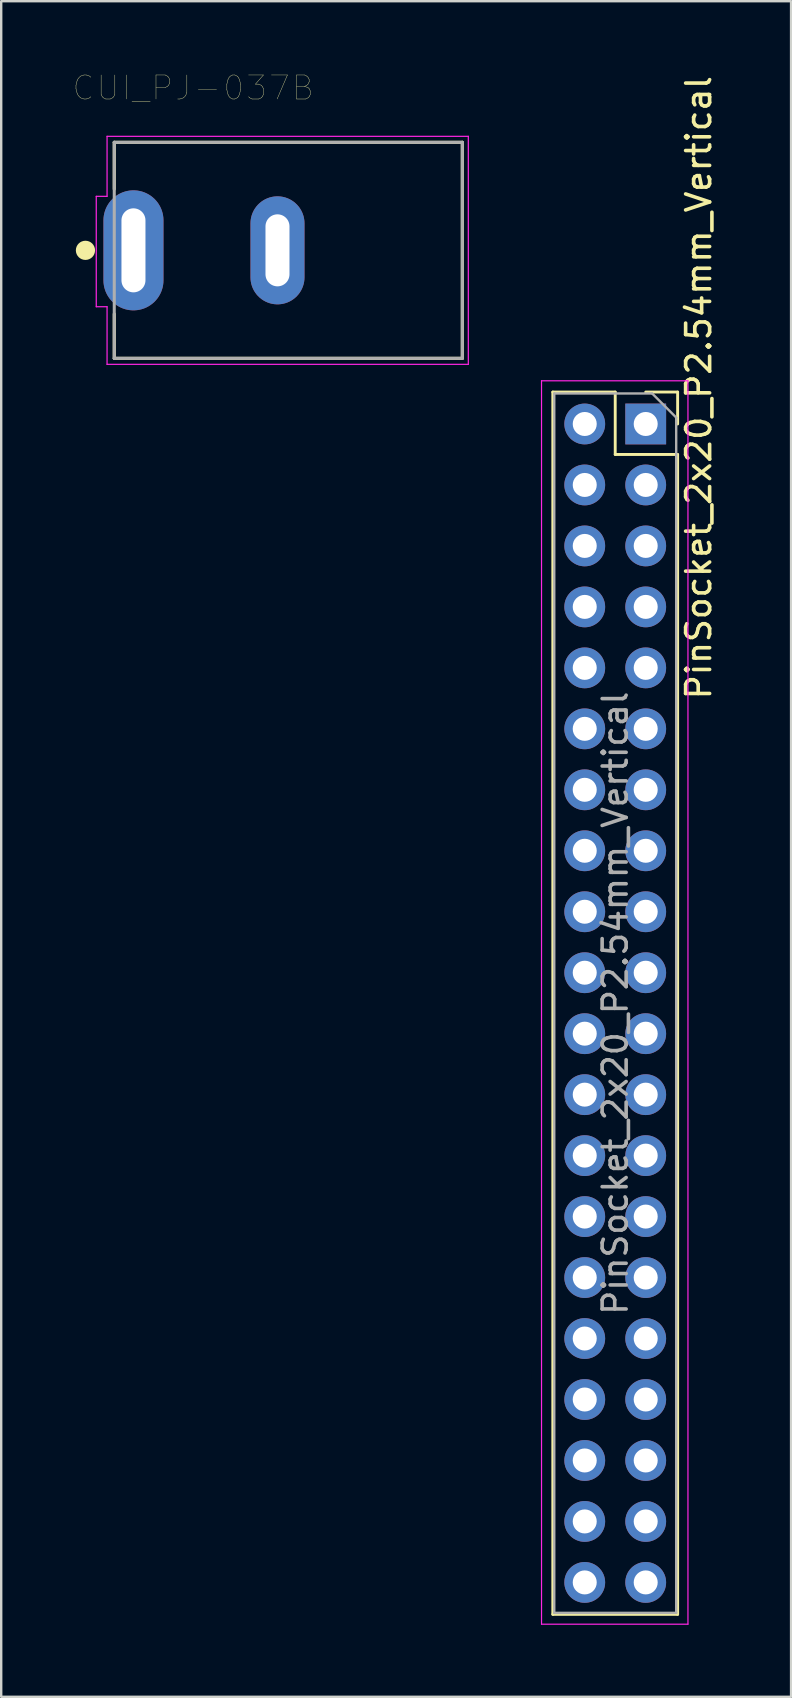
<source format=kicad_pcb>
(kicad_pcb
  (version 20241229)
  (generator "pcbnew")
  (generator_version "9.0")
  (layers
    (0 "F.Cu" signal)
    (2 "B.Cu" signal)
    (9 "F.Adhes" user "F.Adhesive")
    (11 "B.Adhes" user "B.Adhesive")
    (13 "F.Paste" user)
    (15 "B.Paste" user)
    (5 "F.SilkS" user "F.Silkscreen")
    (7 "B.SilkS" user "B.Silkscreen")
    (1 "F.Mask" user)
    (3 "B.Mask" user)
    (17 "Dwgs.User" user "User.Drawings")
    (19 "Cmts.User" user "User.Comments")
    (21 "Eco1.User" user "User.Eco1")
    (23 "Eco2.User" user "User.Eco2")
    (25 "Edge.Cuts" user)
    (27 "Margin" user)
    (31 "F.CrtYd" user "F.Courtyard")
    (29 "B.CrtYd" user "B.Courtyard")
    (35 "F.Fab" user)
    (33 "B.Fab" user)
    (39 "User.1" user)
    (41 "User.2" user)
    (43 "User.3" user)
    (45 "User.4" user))
  (footprint "CUI_PJ-037B"
    (layer "F.Cu")
    (at 2.51 7.379)
    (property "Reference" "CUI_PJ-037B" (at 2.486 -6.767 0) (layer "F.SilkS") (effects (font (size 1 1) (thickness 0.015))))
    (attr through_hole)
    (fp_line (start -0.8 -4.5) (end 13.7 -4.5) (stroke (width 0.127) (type solid)) (layer "F.SilkS"))
    (fp_line (start -0.8 -2.55) (end -0.8 -4.5) (stroke (width 0.127) (type solid)) (layer "F.SilkS"))
    (fp_line (start -0.8 4.5) (end -0.8 2.65) (stroke (width 0.127) (type solid)) (layer "F.SilkS"))
    (fp_line (start 13.7 -4.5) (end 13.7 4.5) (stroke (width 0.127) (type solid)) (layer "F.SilkS"))
    (fp_line (start 13.7 4.5) (end -0.8 4.5) (stroke (width 0.127) (type solid)) (layer "F.SilkS"))
    (fp_circle (center -2 0) (end -1.8 0) (stroke (width 0.4) (type solid)) (fill no) (layer "F.SilkS"))
    (fp_line (start -1.55 -2.25) (end -1.55 2.35) (stroke (width 0.05) (type solid)) (layer "F.CrtYd"))
    (fp_line (start -1.55 2.35) (end -1.1 2.35) (stroke (width 0.05) (type solid)) (layer "F.CrtYd"))
    (fp_line (start -1.1 -4.75) (end 13.95 -4.75) (stroke (width 0.05) (type solid)) (layer "F.CrtYd"))
    (fp_line (start -1.1 -2.25) (end -1.55 -2.25) (stroke (width 0.05) (type solid)) (layer "F.CrtYd"))
    (fp_line (start -1.1 -2.25) (end -1.1 -4.75) (stroke (width 0.05) (type solid)) (layer "F.CrtYd"))
    (fp_line (start -1.1 4.75) (end -1.1 2.35) (stroke (width 0.05) (type solid)) (layer "F.CrtYd"))
    (fp_line (start 13.95 -4.75) (end 13.95 4.75) (stroke (width 0.05) (type solid)) (layer "F.CrtYd"))
    (fp_line (start 13.95 4.75) (end -1.1 4.75) (stroke (width 0.05) (type solid)) (layer "F.CrtYd"))
    (fp_line (start -0.8 -4.5) (end 13.7 -4.5) (stroke (width 0.127) (type solid)) (layer "F.Fab"))
    (fp_line (start -0.8 4.5) (end -0.8 -4.5) (stroke (width 0.127) (type solid)) (layer "F.Fab"))
    (fp_line (start 13.7 -4.5) (end 13.7 4.5) (stroke (width 0.127) (type solid)) (layer "F.Fab"))
    (fp_line (start 13.7 4.5) (end -0.8 4.5) (stroke (width 0.127) (type solid)) (layer "F.Fab"))
    (pad "1" thru_hole oval (at 0 0) (size 2.5 5) (drill oval 1 3.5) (layers "*.Cu" "*.Mask"))
    (pad "2" thru_hole oval (at 6 0) (size 2.25 4.5) (drill oval 1 3) (layers "*.Cu" "*.Mask")))
  (footprint "PinSocket_2x20_P2.54mm_Vertical"
    (layer "F.Cu")
    (at 23.85 14.613)
    (property "Reference" "PinSocket_2x20_P2.54mm_Vertical" (at 2.208 -1.512 270) (layer "F.SilkS") (effects (font (size 1 1) (thickness 0.15))))
    (attr through_hole)
    (fp_line (start -3.87 -1.33) (end -3.87 49.59) (stroke (width 0.12) (type solid)) (layer "F.SilkS"))
    (fp_line (start -3.87 -1.33) (end -1.27 -1.33) (stroke (width 0.12) (type solid)) (layer "F.SilkS"))
    (fp_line (start -3.87 49.59) (end 1.33 49.59) (stroke (width 0.12) (type solid)) (layer "F.SilkS"))
    (fp_line (start -1.27 -1.33) (end -1.27 1.27) (stroke (width 0.12) (type solid)) (layer "F.SilkS"))
    (fp_line (start -1.27 1.27) (end 1.33 1.27) (stroke (width 0.12) (type solid)) (layer "F.SilkS"))
    (fp_line (start 0 -1.33) (end 1.33 -1.33) (stroke (width 0.12) (type solid)) (layer "F.SilkS"))
    (fp_line (start 1.33 -1.33) (end 1.33 0) (stroke (width 0.12) (type solid)) (layer "F.SilkS"))
    (fp_line (start 1.33 1.27) (end 1.33 49.59) (stroke (width 0.12) (type solid)) (layer "F.SilkS"))
    (fp_line (start -4.34 -1.8) (end 1.76 -1.8) (stroke (width 0.05) (type solid)) (layer "F.CrtYd"))
    (fp_line (start -4.34 50) (end -4.34 -1.8) (stroke (width 0.05) (type solid)) (layer "F.CrtYd"))
    (fp_line (start 1.76 -1.8) (end 1.76 50) (stroke (width 0.05) (type solid)) (layer "F.CrtYd"))
    (fp_line (start 1.76 50) (end -4.34 50) (stroke (width 0.05) (type solid)) (layer "F.CrtYd"))
    (fp_line (start -3.81 -1.27) (end 0.27 -1.27) (stroke (width 0.1) (type solid)) (layer "F.Fab"))
    (fp_line (start -3.81 49.53) (end -3.81 -1.27) (stroke (width 0.1) (type solid)) (layer "F.Fab"))
    (fp_line (start 0.27 -1.27) (end 1.27 -0.27) (stroke (width 0.1) (type solid)) (layer "F.Fab"))
    (fp_line (start 1.27 -0.27) (end 1.27 49.53) (stroke (width 0.1) (type solid)) (layer "F.Fab"))
    (fp_line (start 1.27 49.53) (end -3.81 49.53) (stroke (width 0.1) (type solid)) (layer "F.Fab"))
    (fp_text user "${REFERENCE}" (at -1.27 24.13 90) (layer "F.Fab") (effects (font (size 1 1) (thickness 0.15))))
    (pad "1" thru_hole rect (at 0 0) (size 1.7 1.7) (drill 1) (layers "*.Cu" "*.Mask"))
    (pad "2" thru_hole oval (at -2.54 0) (size 1.7 1.7) (drill 1) (layers "*.Cu" "*.Mask"))
    (pad "3" thru_hole oval (at 0 2.54) (size 1.7 1.7) (drill 1) (layers "*.Cu" "*.Mask"))
    (pad "4" thru_hole oval (at -2.54 2.54) (size 1.7 1.7) (drill 1) (layers "*.Cu" "*.Mask"))
    (pad "5" thru_hole oval (at 0 5.08) (size 1.7 1.7) (drill 1) (layers "*.Cu" "*.Mask"))
    (pad "6" thru_hole oval (at -2.54 5.08) (size 1.7 1.7) (drill 1) (layers "*.Cu" "*.Mask"))
    (pad "7" thru_hole oval (at 0 7.62) (size 1.7 1.7) (drill 1) (layers "*.Cu" "*.Mask"))
    (pad "8" thru_hole oval (at -2.54 7.62) (size 1.7 1.7) (drill 1) (layers "*.Cu" "*.Mask"))
    (pad "9" thru_hole oval (at 0 10.16) (size 1.7 1.7) (drill 1) (layers "*.Cu" "*.Mask"))
    (pad "10" thru_hole oval (at -2.54 10.16) (size 1.7 1.7) (drill 1) (layers "*.Cu" "*.Mask"))
    (pad "11" thru_hole oval (at 0 12.7) (size 1.7 1.7) (drill 1) (layers "*.Cu" "*.Mask"))
    (pad "12" thru_hole oval (at -2.54 12.7) (size 1.7 1.7) (drill 1) (layers "*.Cu" "*.Mask"))
    (pad "13" thru_hole oval (at 0 15.24) (size 1.7 1.7) (drill 1) (layers "*.Cu" "*.Mask"))
    (pad "14" thru_hole oval (at -2.54 15.24) (size 1.7 1.7) (drill 1) (layers "*.Cu" "*.Mask"))
    (pad "15" thru_hole oval (at 0 17.78) (size 1.7 1.7) (drill 1) (layers "*.Cu" "*.Mask"))
    (pad "16" thru_hole oval (at -2.54 17.78) (size 1.7 1.7) (drill 1) (layers "*.Cu" "*.Mask"))
    (pad "17" thru_hole oval (at 0 20.32) (size 1.7 1.7) (drill 1) (layers "*.Cu" "*.Mask"))
    (pad "18" thru_hole oval (at -2.54 20.32) (size 1.7 1.7) (drill 1) (layers "*.Cu" "*.Mask"))
    (pad "19" thru_hole oval (at 0 22.86) (size 1.7 1.7) (drill 1) (layers "*.Cu" "*.Mask"))
    (pad "20" thru_hole oval (at -2.54 22.86) (size 1.7 1.7) (drill 1) (layers "*.Cu" "*.Mask"))
    (pad "21" thru_hole oval (at 0 25.4) (size 1.7 1.7) (drill 1) (layers "*.Cu" "*.Mask"))
    (pad "22" thru_hole oval (at -2.54 25.4) (size 1.7 1.7) (drill 1) (layers "*.Cu" "*.Mask"))
    (pad "23" thru_hole oval (at 0 27.94) (size 1.7 1.7) (drill 1) (layers "*.Cu" "*.Mask"))
    (pad "24" thru_hole oval (at -2.54 27.94) (size 1.7 1.7) (drill 1) (layers "*.Cu" "*.Mask"))
    (pad "25" thru_hole oval (at 0 30.48) (size 1.7 1.7) (drill 1) (layers "*.Cu" "*.Mask"))
    (pad "26" thru_hole oval (at -2.54 30.48) (size 1.7 1.7) (drill 1) (layers "*.Cu" "*.Mask"))
    (pad "27" thru_hole oval (at 0 33.02) (size 1.7 1.7) (drill 1) (layers "*.Cu" "*.Mask"))
    (pad "28" thru_hole oval (at -2.54 33.02) (size 1.7 1.7) (drill 1) (layers "*.Cu" "*.Mask"))
    (pad "29" thru_hole oval (at 0 35.56) (size 1.7 1.7) (drill 1) (layers "*.Cu" "*.Mask"))
    (pad "30" thru_hole oval (at -2.54 35.56) (size 1.7 1.7) (drill 1) (layers "*.Cu" "*.Mask"))
    (pad "31" thru_hole oval (at 0 38.1) (size 1.7 1.7) (drill 1) (layers "*.Cu" "*.Mask"))
    (pad "32" thru_hole oval (at -2.54 38.1) (size 1.7 1.7) (drill 1) (layers "*.Cu" "*.Mask"))
    (pad "33" thru_hole oval (at 0 40.64) (size 1.7 1.7) (drill 1) (layers "*.Cu" "*.Mask"))
    (pad "34" thru_hole oval (at -2.54 40.64) (size 1.7 1.7) (drill 1) (layers "*.Cu" "*.Mask"))
    (pad "35" thru_hole oval (at 0 43.18) (size 1.7 1.7) (drill 1) (layers "*.Cu" "*.Mask"))
    (pad "36" thru_hole oval (at -2.54 43.18) (size 1.7 1.7) (drill 1) (layers "*.Cu" "*.Mask"))
    (pad "37" thru_hole oval (at 0 45.72) (size 1.7 1.7) (drill 1) (layers "*.Cu" "*.Mask"))
    (pad "38" thru_hole oval (at -2.54 45.72) (size 1.7 1.7) (drill 1) (layers "*.Cu" "*.Mask"))
    (pad "39" thru_hole oval (at 0 48.26) (size 1.7 1.7) (drill 1) (layers "*.Cu" "*.Mask"))
    (pad "40" thru_hole oval (at -2.54 48.26) (size 1.7 1.7) (drill 1) (layers "*.Cu" "*.Mask")))
  (gr_rect
    (start -3 -3)
    (end 29.906 67.638)
    (stroke (width 0.1) (type default))
    (fill no)
    (layer "Edge.Cuts")))
</source>
